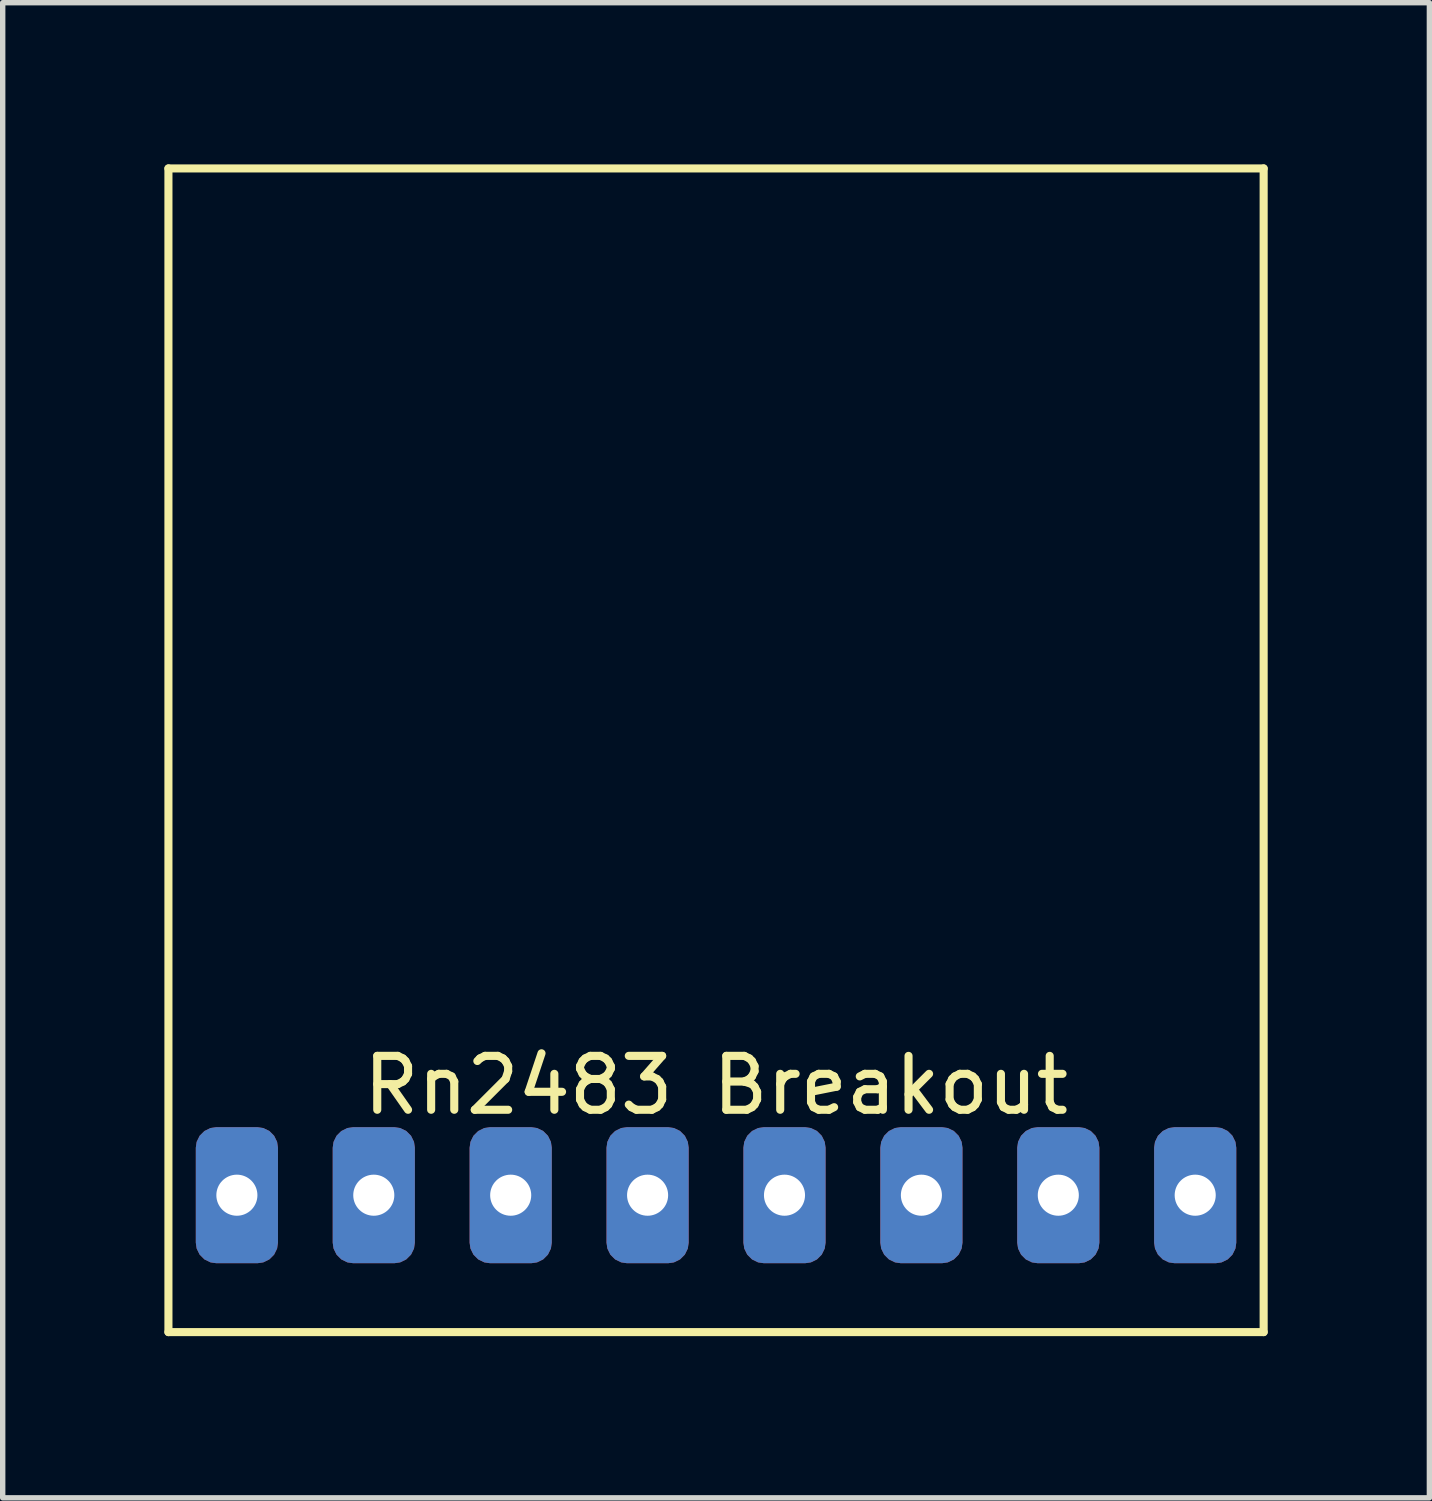
<source format=kicad_pcb>
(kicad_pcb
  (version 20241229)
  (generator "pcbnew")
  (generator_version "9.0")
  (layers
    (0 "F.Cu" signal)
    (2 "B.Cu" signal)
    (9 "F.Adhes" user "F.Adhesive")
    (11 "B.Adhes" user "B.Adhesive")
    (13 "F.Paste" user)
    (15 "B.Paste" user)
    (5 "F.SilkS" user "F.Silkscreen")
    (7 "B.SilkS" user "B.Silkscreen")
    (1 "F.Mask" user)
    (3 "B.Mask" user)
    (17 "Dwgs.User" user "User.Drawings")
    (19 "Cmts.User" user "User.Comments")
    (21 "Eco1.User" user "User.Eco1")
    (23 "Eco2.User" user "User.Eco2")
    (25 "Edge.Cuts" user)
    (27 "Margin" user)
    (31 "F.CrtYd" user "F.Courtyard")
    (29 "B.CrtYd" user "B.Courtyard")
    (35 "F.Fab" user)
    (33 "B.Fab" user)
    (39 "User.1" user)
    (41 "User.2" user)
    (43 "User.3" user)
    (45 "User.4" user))
  (footprint "Rn2483 Breakout"
    (layer "F.Cu")
    (at 10.235 16.585)
    (property "Reference" "Rn2483 Breakout" (at 0 0.5 0) (layer "F.SilkS") (effects (font (size 1 1) (thickness 0.15))))
    (attr through_hole)
    (fp_line (start -10.16 -16.51) (end -10.16 5.08) (stroke (width 0.15) (type solid)) (layer "F.SilkS"))
    (fp_line (start -10.16 5.08) (end 10.16 5.08) (stroke (width 0.15) (type solid)) (layer "F.SilkS"))
    (fp_line (start 10.16 -16.51) (end -10.16 -16.51) (stroke (width 0.15) (type solid)) (layer "F.SilkS"))
    (fp_line (start 10.16 5.08) (end 10.16 -16.51) (stroke (width 0.15) (type solid)) (layer "F.SilkS"))
    (pad "1" thru_hole roundrect (at -8.89 2.54) (size 1.524 2.524) (drill 0.762) (layers "*.Cu" "*.Mask") (roundrect_rratio 0.25))
    (pad "2" thru_hole roundrect (at -6.35 2.54) (size 1.524 2.524) (drill 0.762) (layers "*.Cu" "*.Mask") (roundrect_rratio 0.25))
    (pad "3" thru_hole roundrect (at -3.81 2.54) (size 1.524 2.524) (drill 0.762) (layers "*.Cu" "*.Mask") (roundrect_rratio 0.25))
    (pad "4" thru_hole roundrect (at -1.27 2.54) (size 1.524 2.524) (drill 0.762) (layers "*.Cu" "*.Mask") (roundrect_rratio 0.25))
    (pad "5" thru_hole roundrect (at 1.27 2.54) (size 1.524 2.524) (drill 0.762) (layers "*.Cu" "*.Mask") (roundrect_rratio 0.25))
    (pad "6" thru_hole roundrect (at 3.81 2.54) (size 1.524 2.524) (drill 0.762) (layers "*.Cu" "*.Mask") (roundrect_rratio 0.25))
    (pad "7" thru_hole roundrect (at 6.35 2.54) (size 1.524 2.524) (drill 0.762) (layers "*.Cu" "*.Mask") (roundrect_rratio 0.25))
    (pad "8" thru_hole roundrect (at 8.89 2.54) (size 1.524 2.524) (drill 0.762) (layers "*.Cu" "*.Mask") (roundrect_rratio 0.25)))
  (gr_rect
    (start -3 -3)
    (end 23.47 24.74)
    (stroke (width 0.1) (type default))
    (fill no)
    (layer "Edge.Cuts")))
</source>
